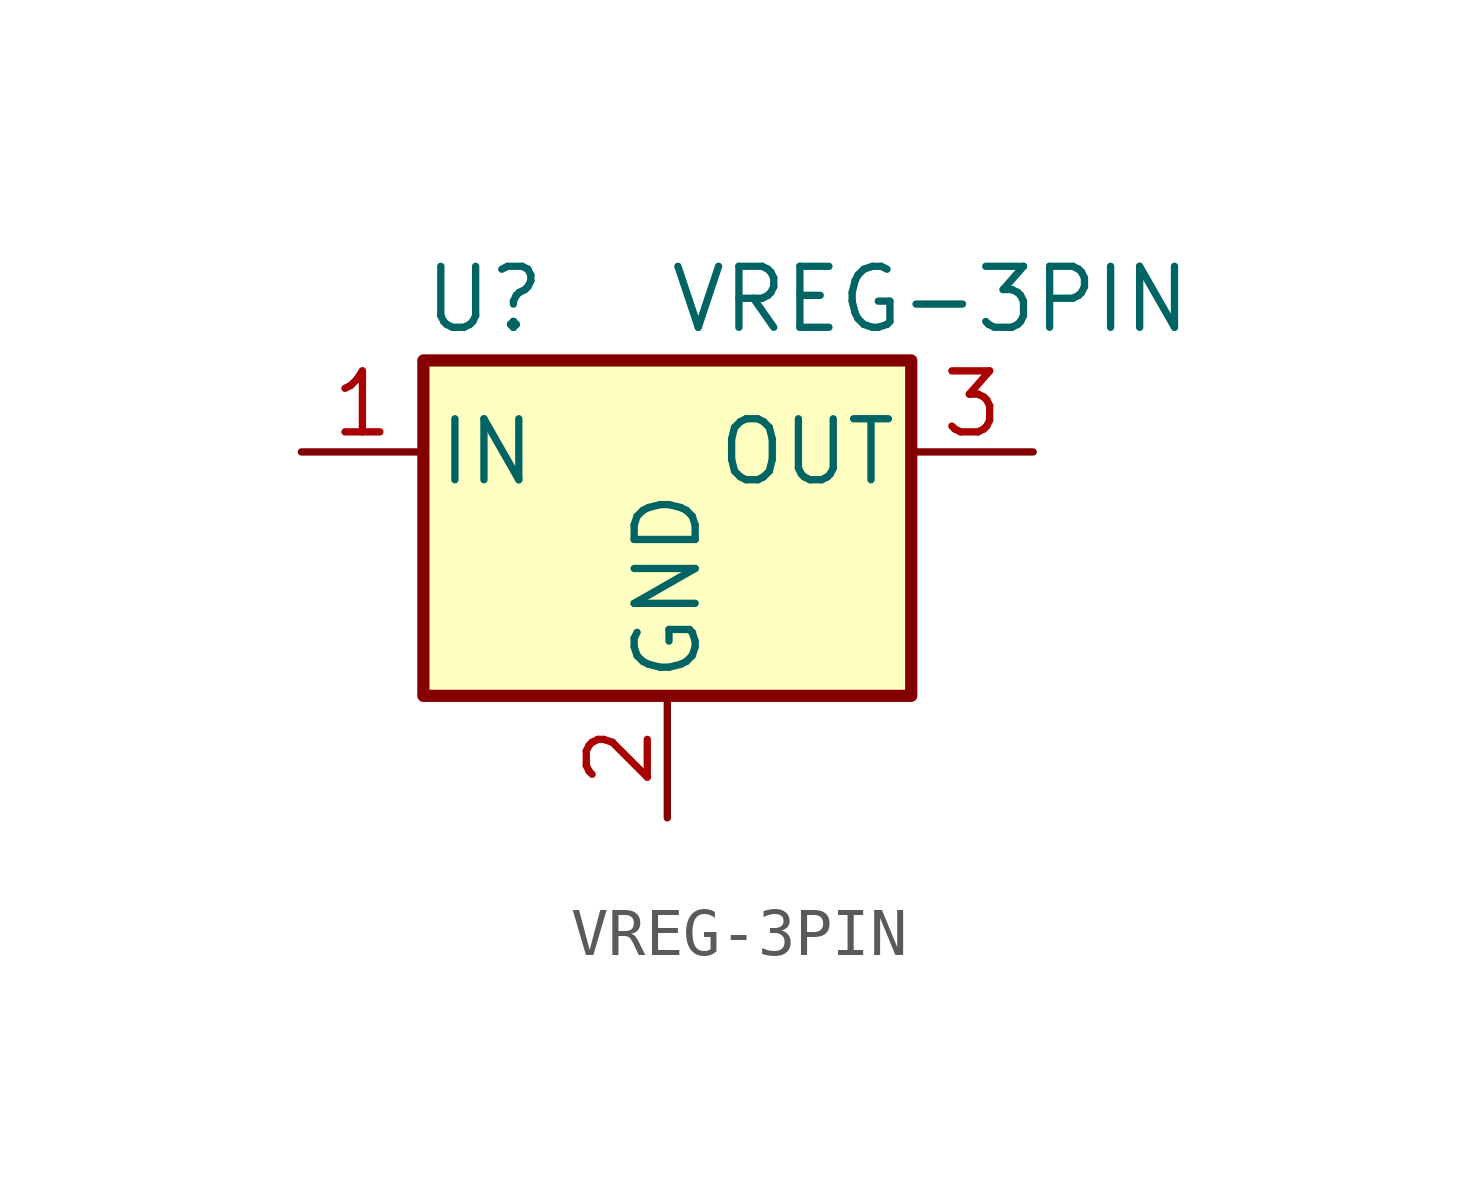
<source format=kicad_sym>
(kicad_symbol_lib
  (version 20220914)
  (generator kicad_symbol_editor)
  (symbol "VREG-3PIN"
    (pin_names
      (offset 0.254))
    (property "Reference" "U"
      (at -3.81 3.175 0)
      (effects (font (size 1.27 1.27))))
    (property "Value" "VREG-3PIN"
      (at 0 3.175 0)
      (effects (font (size 1.27 1.27)) (justify left)))
    (symbol "VREG-3PIN_0_1"
      (rectangle (start -5.08 1.905) (end 5.08 -5.08) (stroke (width 0.254) (type default)) (fill (type background))))
    (symbol "VREG-3PIN_1_1"
      (pin power_in line (at -7.62 0 0) (length 2.54) (name "IN" (effects (font (size 1.27 1.27)))) (number "1" (effects (font (size 1.27 1.27)))))
      (pin power_in line (at 0 -7.62 90) (length 2.54) (name "GND" (effects (font (size 1.27 1.27)))) (number "2" (effects (font (size 1.27 1.27)))))
      (pin power_out line (at 7.62 0 180) (length 2.54) (name "OUT" (effects (font (size 1.27 1.27)))) (number "3" (effects (font (size 1.27 1.27))))))))
</source>
